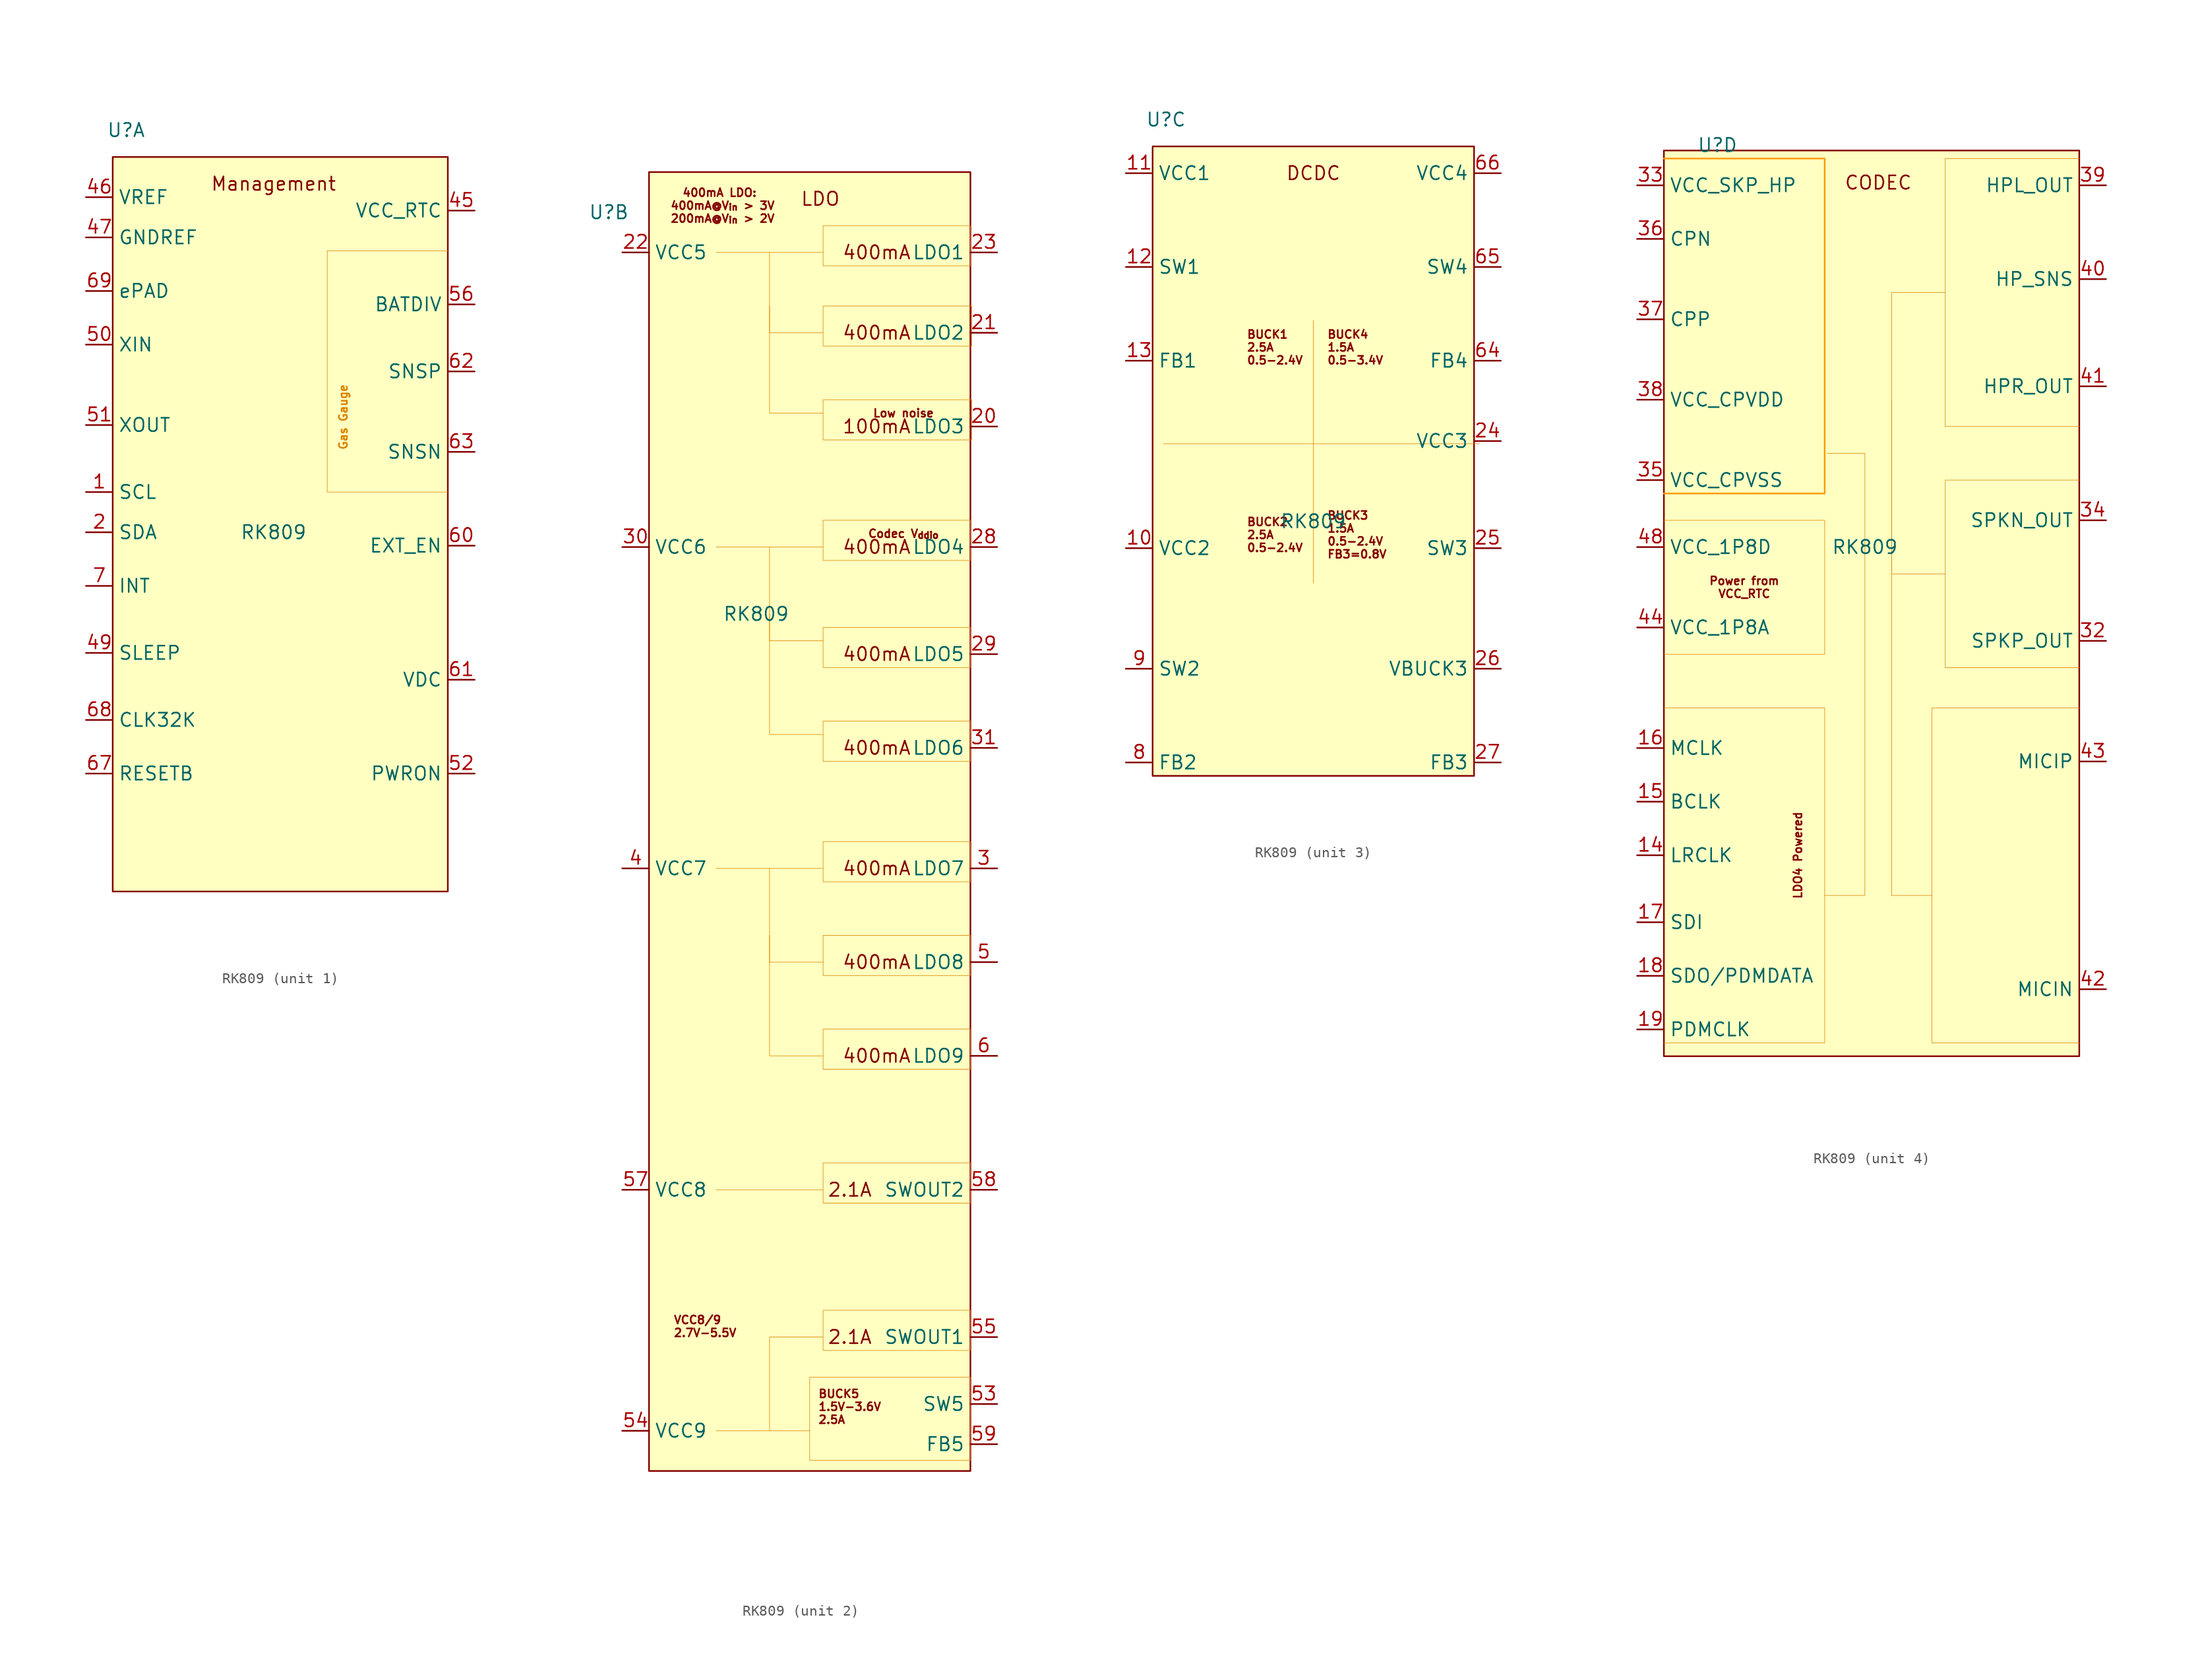
<source format=kicad_sym>
(kicad_symbol_lib
  (version 20220914)
  (generator kicad_symbol_editor)
  (symbol "RK809"
    (property "Reference" "U"
      (at -13.97 29.21 0)
      (effects (font (size 1.27 1.27))))
    (property "Value" "RK809"
      (at 0 -8.89 0)
      (effects (font (size 1.27 1.27))))
    (property "ki_locked" ""
      (at 0 0 0)
      (effects (font (size 1.27 1.27))))
    (symbol "RK809_1_1"
      (rectangle (start -15.24 26.67) (end 16.51 -42.926) (stroke (width 0) (type default)) (fill (type background)))
      (polyline (pts (xy 16.51 17.78) (xy 5.08 17.78) (xy 5.08 -5.08) (xy 16.51 -5.08)) (stroke (width 0.051) (type default) (color 221 133 0 1)) (fill (type none)))
      (text "Gas Gauge" (at 6.604 2.032 900) (effects (font (size 0.762 0.762) (color 221 133 0 1))))
      (text "Management" (at 0 24.13 0) (effects (font (size 1.27 1.27))))
      (pin input line (at -17.78 -5.08 0) (length 2.54) (name "SCL" (effects (font (size 1.27 1.27)))) (number "1" (effects (font (size 1.27 1.27)))))
      (pin bidirectional line (at -17.78 -8.89 0) (length 2.54) (name "SDA" (effects (font (size 1.27 1.27)))) (number "2" (effects (font (size 1.27 1.27)))))
      (pin power_in line (at 19.05 21.59 180) (length 2.54) (name "VCC_RTC" (effects (font (size 1.27 1.27)))) (number "45" (effects (font (size 1.27 1.27)))))
      (pin input line (at -17.78 22.86 0) (length 2.54) (name "VREF" (effects (font (size 1.27 1.27)))) (number "46" (effects (font (size 1.27 1.27)))))
      (pin input line (at -17.78 19.05 0) (length 2.54) (name "GNDREF" (effects (font (size 1.27 1.27)))) (number "47" (effects (font (size 1.27 1.27)))))
      (pin input line (at -17.78 -20.32 0) (length 2.54) (name "SLEEP" (effects (font (size 1.27 1.27)))) (number "49" (effects (font (size 1.27 1.27)))))
      (pin input line (at -17.78 8.89 0) (length 2.54) (name "XIN" (effects (font (size 1.27 1.27)))) (number "50" (effects (font (size 1.27 1.27)))))
      (pin output line (at -17.78 1.27 0) (length 2.54) (name "XOUT" (effects (font (size 1.27 1.27)))) (number "51" (effects (font (size 1.27 1.27)))))
      (pin input line (at 19.05 -31.75 180) (length 2.54) (name "PWRON" (effects (font (size 1.27 1.27)))) (number "52" (effects (font (size 1.27 1.27)))))
      (pin input line (at 19.05 12.7 180) (length 2.54) (name "BATDIV" (effects (font (size 1.27 1.27)))) (number "56" (effects (font (size 1.27 1.27)))))
      (pin input line (at 19.05 -10.16 180) (length 2.54) (name "EXT_EN" (effects (font (size 1.27 1.27)))) (number "60" (effects (font (size 1.27 1.27)))))
      (pin input line (at 19.05 -22.86 180) (length 2.54) (name "VDC" (effects (font (size 1.27 1.27)))) (number "61" (effects (font (size 1.27 1.27)))))
      (pin input line (at 19.05 6.35 180) (length 2.54) (name "SNSP" (effects (font (size 1.27 1.27)))) (number "62" (effects (font (size 1.27 1.27)))))
      (pin input line (at 19.05 -1.27 180) (length 2.54) (name "SNSN" (effects (font (size 1.27 1.27)))) (number "63" (effects (font (size 1.27 1.27)))))
      (pin bidirectional line (at -17.78 -31.75 0) (length 2.54) (name "RESETB" (effects (font (size 1.27 1.27)))) (number "67" (effects (font (size 1.27 1.27)))))
      (pin output line (at -17.78 -26.67 0) (length 2.54) (name "CLK32K" (effects (font (size 1.27 1.27)))) (number "68" (effects (font (size 1.27 1.27)))))
      (pin power_in line (at -17.78 13.97 0) (length 2.54) (name "ePAD" (effects (font (size 1.27 1.27)))) (number "69" (effects (font (size 1.27 1.27)))))
      (pin output line (at -17.78 -13.97 0) (length 2.54) (name "INT" (effects (font (size 1.27 1.27)))) (number "7" (effects (font (size 1.27 1.27))))))
    (symbol "RK809_2_1"
      (rectangle (start -10.16 33.02) (end 20.32 -90.17) (stroke (width 0) (type default)) (fill (type background)))
      (polyline (pts (xy 5.08 -86.36) (xy -3.81 -86.36)) (stroke (width 0.051) (type default) (color 221 133 0 1)) (fill (type none)))
      (polyline (pts (xy 6.35 -63.5) (xy -3.81 -63.5)) (stroke (width 0.051) (type default) (color 221 133 0 1)) (fill (type none)))
      (polyline (pts (xy 6.35 -33.02) (xy -3.81 -33.02)) (stroke (width 0.051) (type default) (color 221 133 0 1)) (fill (type none)))
      (polyline (pts (xy 6.35 -2.54) (xy -3.81 -2.54)) (stroke (width 0.051) (type default) (color 221 133 0 1)) (fill (type none)))
      (polyline (pts (xy 6.35 25.4) (xy -3.81 25.4)) (stroke (width 0.051) (type default) (color 221 133 0 1)) (fill (type none)))
      (polyline (pts (xy 6.35 -77.47) (xy 1.27 -77.47) (xy 1.27 -86.36)) (stroke (width 0.051) (type default) (color 221 133 0 1)) (fill (type none)))
      (polyline (pts (xy 6.35 -50.8) (xy 1.27 -50.8) (xy 1.27 -39.37)) (stroke (width 0.051) (type default) (color 221 133 0 1)) (fill (type none)))
      (polyline (pts (xy 6.35 -41.91) (xy 1.27 -41.91) (xy 1.27 -33.02)) (stroke (width 0.051) (type default) (color 221 133 0 1)) (fill (type none)))
      (polyline (pts (xy 6.35 -20.32) (xy 1.27 -20.32) (xy 1.27 -8.89)) (stroke (width 0.051) (type default) (color 221 133 0 1)) (fill (type none)))
      (polyline (pts (xy 6.35 -11.43) (xy 1.27 -11.43) (xy 1.27 -2.54)) (stroke (width 0.051) (type default) (color 221 133 0 1)) (fill (type none)))
      (polyline (pts (xy 6.35 10.16) (xy 1.27 10.16) (xy 1.27 20.32)) (stroke (width 0.051) (type default) (color 221 133 0 1)) (fill (type none)))
      (polyline (pts (xy 6.35 17.78) (xy 1.27 17.78) (xy 1.27 25.4)) (stroke (width 0.051) (type default) (color 221 133 0 1)) (fill (type none)))
      (rectangle (start 5.08 -81.28) (end 20.32 -89.154) (stroke (width 0.051) (type default) (color 221 133 0 1)) (fill (type none)))
      (rectangle (start 6.35 -74.93) (end 20.32 -78.74) (stroke (width 0.051) (type default) (color 221 133 0 1)) (fill (type none)))
      (rectangle (start 6.35 -60.96) (end 20.32 -64.77) (stroke (width 0.051) (type default) (color 221 133 0 1)) (fill (type none)))
      (rectangle (start 6.35 -48.26) (end 20.32 -52.07) (stroke (width 0.051) (type default) (color 221 133 0 1)) (fill (type none)))
      (rectangle (start 6.35 -39.37) (end 20.32 -43.18) (stroke (width 0.051) (type default) (color 221 133 0 1)) (fill (type none)))
      (rectangle (start 6.35 -30.48) (end 20.32 -34.29) (stroke (width 0.051) (type default) (color 221 133 0 1)) (fill (type none)))
      (rectangle (start 6.35 -19.05) (end 20.32 -22.86) (stroke (width 0.051) (type default) (color 221 133 0 1)) (fill (type none)))
      (rectangle (start 6.35 -10.16) (end 20.32 -13.97) (stroke (width 0.051) (type default) (color 221 133 0 1)) (fill (type none)))
      (rectangle (start 6.35 0) (end 20.32 -3.81) (stroke (width 0.051) (type default) (color 221 133 0 1)) (fill (type none)))
      (rectangle (start 6.35 11.43) (end 20.447 7.62) (stroke (width 0.051) (type default) (color 221 133 0 1)) (fill (type none)))
      (rectangle (start 6.35 20.32) (end 20.447 16.51) (stroke (width 0.051) (type default) (color 221 133 0 1)) (fill (type none)))
      (rectangle (start 6.35 27.94) (end 20.32 24.13) (stroke (width 0.051) (type default) (color 221 133 0 1)) (fill (type none)))
      (text "100mA" (at 11.43 8.89 0) (effects (font (size 1.27 1.27))))
      (text "2.1A" (at 8.89 -77.47 0) (effects (font (size 1.27 1.27))))
      (text "2.1A" (at 8.89 -63.5 0) (effects (font (size 1.27 1.27))))
      (text "400mA" (at 11.43 -50.8 0) (effects (font (size 1.27 1.27))))
      (text "400mA" (at 11.43 -41.91 0) (effects (font (size 1.27 1.27))))
      (text "400mA" (at 11.43 -33.02 0) (effects (font (size 1.27 1.27))))
      (text "400mA" (at 11.43 -21.59 0) (effects (font (size 1.27 1.27))))
      (text "400mA" (at 11.43 -12.7 0) (effects (font (size 1.27 1.27))))
      (text "400mA" (at 11.43 -2.54 0) (effects (font (size 1.27 1.27))))
      (text "400mA" (at 11.43 17.78 0) (effects (font (size 1.27 1.27))))
      (text "400mA" (at 11.43 25.4 0) (effects (font (size 1.27 1.27))))
      (text "400mA LDO: \n400mA@V_{in} > 3V\n200mA@V_{in} > 2V" (at -3.175 29.845 0) (effects (font (size 0.762 0.762))))
      (text "BUCK5\n1.5V-3.6V\n2.5A" (at 5.842 -84.074 0) (effects (font (size 0.762 0.762)) (justify left)))
      (text "Codec V_{ddio}" (at 13.97 -1.27 0) (effects (font (size 0.762 0.762))))
      (text "LDO" (at 6.096 30.48 0) (effects (font (size 1.27 1.27))))
      (text "Low noise" (at 13.97 10.16 0) (effects (font (size 0.762 0.762))))
      (text "VCC8/9\n2.7V-5.5V" (at -7.874 -76.454 0) (effects (font (size 0.762 0.762)) (justify left)))
      (pin power_out line (at 22.86 8.89 180) (length 2.54) (name "LDO3" (effects (font (size 1.27 1.27)))) (number "20" (effects (font (size 1.27 1.27)))))
      (pin power_out line (at 22.86 17.78 180) (length 2.54) (name "LDO2" (effects (font (size 1.27 1.27)))) (number "21" (effects (font (size 1.27 1.27)))))
      (pin power_in line (at -12.7 25.4 0) (length 2.54) (name "VCC5" (effects (font (size 1.27 1.27)))) (number "22" (effects (font (size 1.27 1.27)))))
      (pin power_out line (at 22.86 25.4 180) (length 2.54) (name "LDO1" (effects (font (size 1.27 1.27)))) (number "23" (effects (font (size 1.27 1.27)))))
      (pin power_out line (at 22.86 -2.54 180) (length 2.54) (name "LDO4" (effects (font (size 1.27 1.27)))) (number "28" (effects (font (size 1.27 1.27)))))
      (pin power_out line (at 22.86 -12.7 180) (length 2.54) (name "LDO5" (effects (font (size 1.27 1.27)))) (number "29" (effects (font (size 1.27 1.27)))))
      (pin power_out line (at 22.86 -33.02 180) (length 2.54) (name "LDO7" (effects (font (size 1.27 1.27)))) (number "3" (effects (font (size 1.27 1.27)))))
      (pin power_in line (at -12.7 -2.54 0) (length 2.54) (name "VCC6" (effects (font (size 1.27 1.27)))) (number "30" (effects (font (size 1.27 1.27)))))
      (pin power_out line (at 22.86 -21.59 180) (length 2.54) (name "LDO6" (effects (font (size 1.27 1.27)))) (number "31" (effects (font (size 1.27 1.27)))))
      (pin power_in line (at -12.7 -33.02 0) (length 2.54) (name "VCC7" (effects (font (size 1.27 1.27)))) (number "4" (effects (font (size 1.27 1.27)))))
      (pin power_out line (at 22.86 -41.91 180) (length 2.54) (name "LDO8" (effects (font (size 1.27 1.27)))) (number "5" (effects (font (size 1.27 1.27)))))
      (pin power_out line (at 22.86 -83.82 180) (length 2.54) (name "SW5" (effects (font (size 1.27 1.27)))) (number "53" (effects (font (size 1.27 1.27)))))
      (pin power_in line (at -12.7 -86.36 0) (length 2.54) (name "VCC9" (effects (font (size 1.27 1.27)))) (number "54" (effects (font (size 1.27 1.27)))))
      (pin power_out line (at 22.86 -77.47 180) (length 2.54) (name "SWOUT1" (effects (font (size 1.27 1.27)))) (number "55" (effects (font (size 1.27 1.27)))))
      (pin power_in line (at -12.7 -63.5 0) (length 2.54) (name "VCC8" (effects (font (size 1.27 1.27)))) (number "57" (effects (font (size 1.27 1.27)))))
      (pin power_out line (at 22.86 -63.5 180) (length 2.54) (name "SWOUT2" (effects (font (size 1.27 1.27)))) (number "58" (effects (font (size 1.27 1.27)))))
      (pin input line (at 22.86 -87.63 180) (length 2.54) (name "FB5" (effects (font (size 1.27 1.27)))) (number "59" (effects (font (size 1.27 1.27)))))
      (pin power_out line (at 22.86 -50.8 180) (length 2.54) (name "LDO9" (effects (font (size 1.27 1.27)))) (number "6" (effects (font (size 1.27 1.27))))))
    (symbol "RK809_3_1"
      (rectangle (start -15.24 26.67) (end 15.24 -33.02) (stroke (width 0) (type default)) (fill (type background)))
      (polyline (pts (xy -14.224 -1.524) (xy 15.748 -1.524)) (stroke (width 0.051) (type default) (color 221 133 0 1)) (fill (type none)))
      (polyline (pts (xy 0 10.16) (xy 0 -14.732)) (stroke (width 0.051) (type default) (color 221 133 0 1)) (fill (type none)))
      (text "BUCK1\n2.5A\n0.5-2.4V" (at -6.35 7.62 0) (effects (font (size 0.762 0.762)) (justify left)))
      (text "BUCK2\n2.5A\n0.5-2.4V" (at -6.35 -10.16 0) (effects (font (size 0.762 0.762)) (justify left)))
      (text "BUCK3\n1.5A\n0.5-2.4V\nFB3=0.8V" (at 1.27 -10.16 0) (effects (font (size 0.762 0.762)) (justify left)))
      (text "BUCK4\n1.5A\n0.5-3.4V" (at 1.27 7.62 0) (effects (font (size 0.762 0.762)) (justify left)))
      (text "DCDC" (at 0 24.13 0) (effects (font (size 1.27 1.27))))
      (pin power_in line (at -17.78 -11.43 0) (length 2.54) (name "VCC2" (effects (font (size 1.27 1.27)))) (number "10" (effects (font (size 1.27 1.27)))))
      (pin power_in line (at -17.78 24.13 0) (length 2.54) (name "VCC1" (effects (font (size 1.27 1.27)))) (number "11" (effects (font (size 1.27 1.27)))))
      (pin power_out line (at -17.78 15.24 0) (length 2.54) (name "SW1" (effects (font (size 1.27 1.27)))) (number "12" (effects (font (size 1.27 1.27)))))
      (pin input line (at -17.78 6.35 0) (length 2.54) (name "FB1" (effects (font (size 1.27 1.27)))) (number "13" (effects (font (size 1.27 1.27)))))
      (pin power_in line (at 17.78 -1.27 180) (length 2.54) (name "VCC3" (effects (font (size 1.27 1.27)))) (number "24" (effects (font (size 1.27 1.27)))))
      (pin output line (at 17.78 -11.43 180) (length 2.54) (name "SW3" (effects (font (size 1.27 1.27)))) (number "25" (effects (font (size 1.27 1.27)))))
      (pin power_out line (at 17.78 -22.86 180) (length 2.54) (name "VBUCK3" (effects (font (size 1.27 1.27)))) (number "26" (effects (font (size 1.27 1.27)))))
      (pin input line (at 17.78 -31.75 180) (length 2.54) (name "FB3" (effects (font (size 1.27 1.27)))) (number "27" (effects (font (size 1.27 1.27)))))
      (pin input line (at 17.78 6.35 180) (length 2.54) (name "FB4" (effects (font (size 1.27 1.27)))) (number "64" (effects (font (size 1.27 1.27)))))
      (pin power_out line (at 17.78 15.24 180) (length 2.54) (name "SW4" (effects (font (size 1.27 1.27)))) (number "65" (effects (font (size 1.27 1.27)))))
      (pin power_in line (at 17.78 24.13 180) (length 2.54) (name "VCC4" (effects (font (size 1.27 1.27)))) (number "66" (effects (font (size 1.27 1.27)))))
      (pin input line (at -17.78 -31.75 0) (length 2.54) (name "FB2" (effects (font (size 1.27 1.27)))) (number "8" (effects (font (size 1.27 1.27)))))
      (pin power_out line (at -17.78 -22.86 0) (length 2.54) (name "SW2" (effects (font (size 1.27 1.27)))) (number "9" (effects (font (size 1.27 1.27))))))
    (symbol "RK809_4_1"
      (rectangle (start -19.05 28.702) (end 20.32 -57.15) (stroke (width 0) (type default)) (fill (type background)))
      (polyline (pts (xy 2.54 5.08) (xy 2.54 -41.91) (xy 6.35 -41.91)) (stroke (width 0.051) (type default) (color 221 133 0 1)) (fill (type none)))
      (polyline (pts (xy -19.05 -24.13) (xy -3.81 -24.13) (xy -3.81 -55.88) (xy -19.05 -55.88)) (stroke (width 0.051) (type default) (color 221 133 0 1)) (fill (type none)))
      (polyline (pts (xy -19.05 -6.35) (xy -3.81 -6.35) (xy -3.81 -19.05) (xy -19.05 -19.05)) (stroke (width 0.051) (type default) (color 221 133 0 1)) (fill (type none)))
      (polyline (pts (xy -19.05 27.94) (xy -3.81 27.94) (xy -3.81 -3.81) (xy -19.05 -3.81)) (stroke (width 0) (type default) (color 255 153 0 1)) (fill (type none)))
      (polyline (pts (xy -3.556 0) (xy 0 0) (xy 0 -41.91) (xy -3.81 -41.91)) (stroke (width 0.051) (type default) (color 221 133 0 1)) (fill (type none)))
      (polyline (pts (xy 7.62 15.24) (xy 2.54 15.24) (xy 2.54 -11.43) (xy 7.62 -11.43)) (stroke (width 0.051) (type default) (color 221 133 0 1)) (fill (type none)))
      (polyline (pts (xy 20.32 -24.13) (xy 6.35 -24.13) (xy 6.35 -55.88) (xy 20.32 -55.88)) (stroke (width 0.051) (type default) (color 221 133 0 1)) (fill (type none)))
      (polyline (pts (xy 20.32 -2.54) (xy 7.62 -2.54) (xy 7.62 -20.32) (xy 20.32 -20.32)) (stroke (width 0.051) (type default) (color 221 133 0 1)) (fill (type none)))
      (polyline (pts (xy 20.32 27.94) (xy 7.62 27.94) (xy 7.62 2.54) (xy 20.32 2.54)) (stroke (width 0.051) (type default) (color 221 133 0 1)) (fill (type none)))
      (text "CODEC" (at 1.27 25.654 0) (effects (font (size 1.27 1.27))))
      (text "LDO4 Powered" (at -6.35 -38.1 900) (effects (font (size 0.762 0.762))))
      (text "Power from\nVCC_RTC" (at -11.43 -12.7 0) (effects (font (size 0.762 0.762))))
      (pin input line (at -21.59 -38.1 0) (length 2.54) (name "LRCLK" (effects (font (size 1.27 1.27)))) (number "14" (effects (font (size 1.27 1.27)))))
      (pin input line (at -21.59 -33.02 0) (length 2.54) (name "BCLK" (effects (font (size 1.27 1.27)))) (number "15" (effects (font (size 1.27 1.27)))))
      (pin input line (at -21.59 -27.94 0) (length 2.54) (name "MCLK" (effects (font (size 1.27 1.27)))) (number "16" (effects (font (size 1.27 1.27)))))
      (pin input line (at -21.59 -44.45 0) (length 2.54) (name "SDI" (effects (font (size 1.27 1.27)))) (number "17" (effects (font (size 1.27 1.27)))))
      (pin output line (at -21.59 -49.53 0) (length 2.54) (name "SDO/PDMDATA" (effects (font (size 1.27 1.27)))) (number "18" (effects (font (size 1.27 1.27)))))
      (pin input line (at -21.59 -54.61 0) (length 2.54) (name "PDMCLK" (effects (font (size 1.27 1.27)))) (number "19" (effects (font (size 1.27 1.27)))))
      (pin output line (at 22.86 -17.78 180) (length 2.54) (name "SPKP_OUT" (effects (font (size 1.27 1.27)))) (number "32" (effects (font (size 1.27 1.27)))))
      (pin power_in line (at -21.59 25.4 0) (length 2.54) (name "VCC_SKP_HP" (effects (font (size 1.27 1.27)))) (number "33" (effects (font (size 1.27 1.27)))))
      (pin output line (at 22.86 -6.35 180) (length 2.54) (name "SPKN_OUT" (effects (font (size 1.27 1.27)))) (number "34" (effects (font (size 1.27 1.27)))))
      (pin power_in line (at -21.59 -2.54 0) (length 2.54) (name "VCC_CPVSS" (effects (font (size 1.27 1.27)))) (number "35" (effects (font (size 1.27 1.27)))))
      (pin output line (at -21.59 20.32 0) (length 2.54) (name "CPN" (effects (font (size 1.27 1.27)))) (number "36" (effects (font (size 1.27 1.27)))))
      (pin output line (at -21.59 12.7 0) (length 2.54) (name "CPP" (effects (font (size 1.27 1.27)))) (number "37" (effects (font (size 1.27 1.27)))))
      (pin power_in line (at -21.59 5.08 0) (length 2.54) (name "VCC_CPVDD" (effects (font (size 1.27 1.27)))) (number "38" (effects (font (size 1.27 1.27)))))
      (pin output line (at 22.86 25.4 180) (length 2.54) (name "HPL_OUT" (effects (font (size 1.27 1.27)))) (number "39" (effects (font (size 1.27 1.27)))))
      (pin power_in line (at 22.86 16.51 180) (length 2.54) (name "HP_SNS" (effects (font (size 1.27 1.27)))) (number "40" (effects (font (size 1.27 1.27)))))
      (pin output line (at 22.86 6.35 180) (length 2.54) (name "HPR_OUT" (effects (font (size 1.27 1.27)))) (number "41" (effects (font (size 1.27 1.27)))))
      (pin input line (at 22.86 -50.8 180) (length 2.54) (name "MICIN" (effects (font (size 1.27 1.27)))) (number "42" (effects (font (size 1.27 1.27)))))
      (pin input line (at 22.86 -29.21 180) (length 2.54) (name "MICIP" (effects (font (size 1.27 1.27)))) (number "43" (effects (font (size 1.27 1.27)))))
      (pin power_in line (at -21.59 -16.51 0) (length 2.54) (name "VCC_1P8A" (effects (font (size 1.27 1.27)))) (number "44" (effects (font (size 1.27 1.27)))))
      (pin power_in line (at -21.59 -8.89 0) (length 2.54) (name "VCC_1P8D" (effects (font (size 1.27 1.27)))) (number "48" (effects (font (size 1.27 1.27))))))))
</source>
